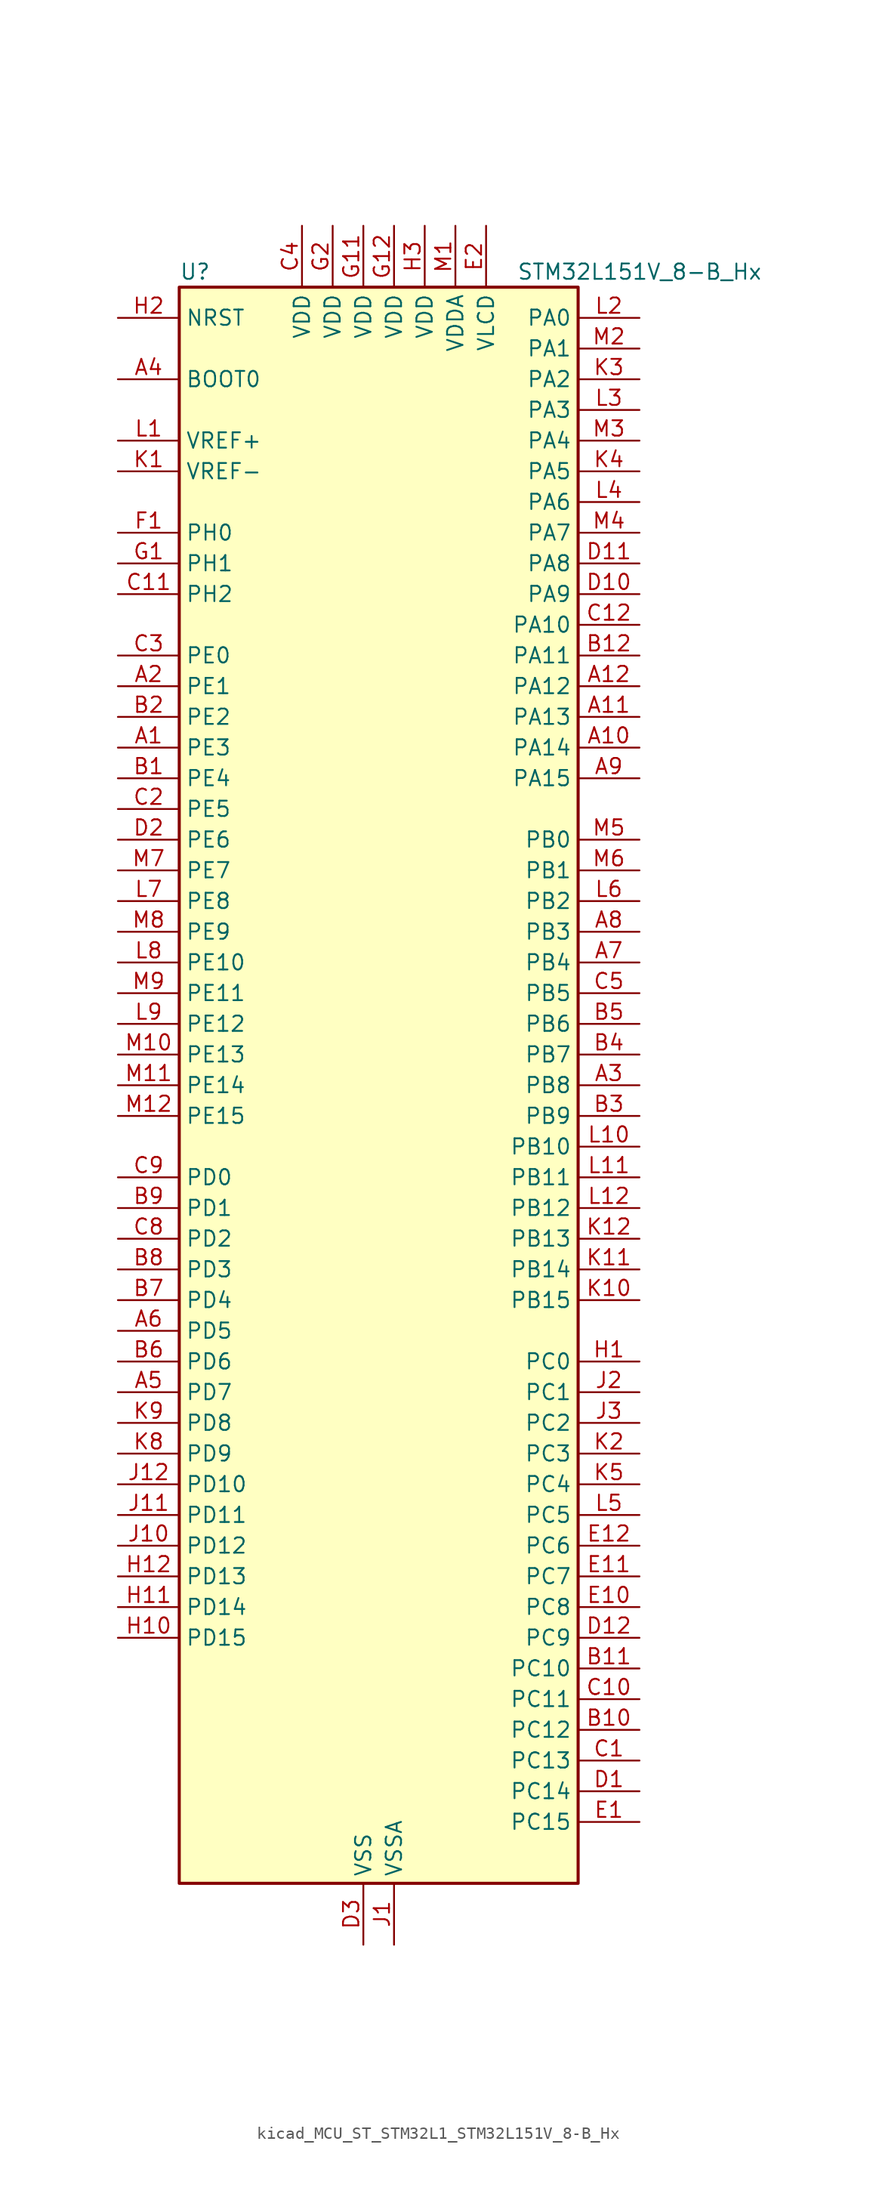
<source format=kicad_sym>
(kicad_symbol_lib
  (version 20220914)
  (generator kicad_symbol_editor)
  (symbol "kicad_MCU_ST_STM32L1_STM32L151V_8-B_Hx"
    (property "Reference" "U"
      (at -15.24 67.31 0)
      (effects (font (size 1.27 1.27)) (justify left)))
    (property "Value" "STM32L151V_8-B_Hx"
      (at 12.7 67.31 0)
      (effects (font (size 1.27 1.27)) (justify left)))
    (property "ki_locked" ""
      (at 0 0 0)
      (effects (font (size 1.27 1.27))))
    (symbol "kicad_MCU_ST_STM32L1_STM32L151V_8-B_Hx_0_1"
      (rectangle (start -15.24 -66.04) (end 17.78 66.04) (stroke (width 0.254) (type default)) (fill (type background))))
    (symbol "kicad_MCU_ST_STM32L1_STM32L151V_8-B_Hx_1_1"
      (pin bidirectional line (at -20.32 27.94 0) (length 5.08) (name "PE3" (effects (font (size 1.27 1.27)))) (number "A1" (effects (font (size 1.27 1.27)))) (alternate "SYS_TRACED0" bidirectional line) (alternate "TIM3_CH1" bidirectional line) (alternate "TIMX_IC4" bidirectional line))
      (pin bidirectional line (at 22.86 27.94 180) (length 5.08) (name "PA14" (effects (font (size 1.27 1.27)))) (number "A10" (effects (font (size 1.27 1.27)))) (alternate "SYS_JTCK-SWCLK" bidirectional line) (alternate "TIMX_IC3" bidirectional line) (alternate "TS_G5_IO2" bidirectional line))
      (pin bidirectional line (at 22.86 30.48 180) (length 5.08) (name "PA13" (effects (font (size 1.27 1.27)))) (number "A11" (effects (font (size 1.27 1.27)))) (alternate "SYS_JTMS-SWDIO" bidirectional line) (alternate "TIMX_IC2" bidirectional line) (alternate "TS_G5_IO1" bidirectional line))
      (pin bidirectional line (at 22.86 33.02 180) (length 5.08) (name "PA12" (effects (font (size 1.27 1.27)))) (number "A12" (effects (font (size 1.27 1.27)))) (alternate "SPI1_MOSI" bidirectional line) (alternate "TIMX_IC1" bidirectional line) (alternate "USART1_RTS" bidirectional line) (alternate "USB_DP" bidirectional line))
      (pin bidirectional line (at -20.32 33.02 0) (length 5.08) (name "PE1" (effects (font (size 1.27 1.27)))) (number "A2" (effects (font (size 1.27 1.27)))) (alternate "TIM11_CH1" bidirectional line) (alternate "TIMX_IC2" bidirectional line))
      (pin bidirectional line (at 22.86 0 180) (length 5.08) (name "PB8" (effects (font (size 1.27 1.27)))) (number "A3" (effects (font (size 1.27 1.27)))) (alternate "I2C1_SCL" bidirectional line) (alternate "TIM10_CH1" bidirectional line) (alternate "TIM4_CH3" bidirectional line))
      (pin input line (at -20.32 58.42 0) (length 5.08) (name "BOOT0" (effects (font (size 1.27 1.27)))) (number "A4" (effects (font (size 1.27 1.27)))))
      (pin bidirectional line (at -20.32 -25.4 0) (length 5.08) (name "PD7" (effects (font (size 1.27 1.27)))) (number "A5" (effects (font (size 1.27 1.27)))) (alternate "TIM9_CH2" bidirectional line) (alternate "TIMX_IC4" bidirectional line) (alternate "USART2_CK" bidirectional line))
      (pin bidirectional line (at -20.32 -20.32 0) (length 5.08) (name "PD5" (effects (font (size 1.27 1.27)))) (number "A6" (effects (font (size 1.27 1.27)))) (alternate "TIMX_IC2" bidirectional line) (alternate "USART2_TX" bidirectional line))
      (pin bidirectional line (at 22.86 10.16 180) (length 5.08) (name "PB4" (effects (font (size 1.27 1.27)))) (number "A7" (effects (font (size 1.27 1.27)))) (alternate "COMP2_INP" bidirectional line) (alternate "SPI1_MISO" bidirectional line) (alternate "SYS_JTRST" bidirectional line) (alternate "TIM3_CH1" bidirectional line) (alternate "TS_G6_IO1" bidirectional line))
      (pin bidirectional line (at 22.86 12.7 180) (length 5.08) (name "PB3" (effects (font (size 1.27 1.27)))) (number "A8" (effects (font (size 1.27 1.27)))) (alternate "COMP2_INM" bidirectional line) (alternate "SPI1_SCK" bidirectional line) (alternate "SYS_JTDO-TRACESWO" bidirectional line) (alternate "TIM2_CH2" bidirectional line))
      (pin bidirectional line (at 22.86 25.4 180) (length 5.08) (name "PA15" (effects (font (size 1.27 1.27)))) (number "A9" (effects (font (size 1.27 1.27)))) (alternate "ADC_EXTI15" bidirectional line) (alternate "SPI1_NSS" bidirectional line) (alternate "SYS_JTDI" bidirectional line) (alternate "TIM2_CH1" bidirectional line) (alternate "TIM2_ETR" bidirectional line) (alternate "TIMX_IC4" bidirectional line) (alternate "TS_G5_IO3" bidirectional line))
      (pin bidirectional line (at -20.32 25.4 0) (length 5.08) (name "PE4" (effects (font (size 1.27 1.27)))) (number "B1" (effects (font (size 1.27 1.27)))) (alternate "SYS_TRACED1" bidirectional line) (alternate "TIM3_CH2" bidirectional line) (alternate "TIMX_IC1" bidirectional line))
      (pin bidirectional line (at 22.86 -53.34 180) (length 5.08) (name "PC12" (effects (font (size 1.27 1.27)))) (number "B10" (effects (font (size 1.27 1.27)))) (alternate "TIMX_IC1" bidirectional line) (alternate "USART3_CK" bidirectional line))
      (pin bidirectional line (at 22.86 -48.26 180) (length 5.08) (name "PC10" (effects (font (size 1.27 1.27)))) (number "B11" (effects (font (size 1.27 1.27)))) (alternate "TIMX_IC3" bidirectional line) (alternate "USART3_TX" bidirectional line))
      (pin bidirectional line (at 22.86 35.56 180) (length 5.08) (name "PA11" (effects (font (size 1.27 1.27)))) (number "B12" (effects (font (size 1.27 1.27)))) (alternate "ADC_EXTI11" bidirectional line) (alternate "SPI1_MISO" bidirectional line) (alternate "TIMX_IC4" bidirectional line) (alternate "USART1_CTS" bidirectional line) (alternate "USB_DM" bidirectional line))
      (pin bidirectional line (at -20.32 30.48 0) (length 5.08) (name "PE2" (effects (font (size 1.27 1.27)))) (number "B2" (effects (font (size 1.27 1.27)))) (alternate "SYS_TRACECK" bidirectional line) (alternate "TIM3_ETR" bidirectional line) (alternate "TIMX_IC3" bidirectional line))
      (pin bidirectional line (at 22.86 -2.54 180) (length 5.08) (name "PB9" (effects (font (size 1.27 1.27)))) (number "B3" (effects (font (size 1.27 1.27)))) (alternate "DAC_EXTI9" bidirectional line) (alternate "I2C1_SDA" bidirectional line) (alternate "TIM11_CH1" bidirectional line) (alternate "TIM4_CH4" bidirectional line))
      (pin bidirectional line (at 22.86 2.54 180) (length 5.08) (name "PB7" (effects (font (size 1.27 1.27)))) (number "B4" (effects (font (size 1.27 1.27)))) (alternate "I2C1_SDA" bidirectional line) (alternate "SYS_PVD_IN" bidirectional line) (alternate "TIM4_CH2" bidirectional line) (alternate "USART1_RX" bidirectional line))
      (pin bidirectional line (at 22.86 5.08 180) (length 5.08) (name "PB6" (effects (font (size 1.27 1.27)))) (number "B5" (effects (font (size 1.27 1.27)))) (alternate "I2C1_SCL" bidirectional line) (alternate "TIM4_CH1" bidirectional line) (alternate "USART1_TX" bidirectional line))
      (pin bidirectional line (at -20.32 -22.86 0) (length 5.08) (name "PD6" (effects (font (size 1.27 1.27)))) (number "B6" (effects (font (size 1.27 1.27)))) (alternate "TIMX_IC3" bidirectional line) (alternate "USART2_RX" bidirectional line))
      (pin bidirectional line (at -20.32 -17.78 0) (length 5.08) (name "PD4" (effects (font (size 1.27 1.27)))) (number "B7" (effects (font (size 1.27 1.27)))) (alternate "SPI2_MOSI" bidirectional line) (alternate "TIMX_IC1" bidirectional line) (alternate "USART2_RTS" bidirectional line))
      (pin bidirectional line (at -20.32 -15.24 0) (length 5.08) (name "PD3" (effects (font (size 1.27 1.27)))) (number "B8" (effects (font (size 1.27 1.27)))) (alternate "SPI2_MISO" bidirectional line) (alternate "TIMX_IC4" bidirectional line) (alternate "USART2_CTS" bidirectional line))
      (pin bidirectional line (at -20.32 -10.16 0) (length 5.08) (name "PD1" (effects (font (size 1.27 1.27)))) (number "B9" (effects (font (size 1.27 1.27)))) (alternate "SPI2_SCK" bidirectional line) (alternate "TIMX_IC2" bidirectional line))
      (pin bidirectional line (at 22.86 -55.88 180) (length 5.08) (name "PC13" (effects (font (size 1.27 1.27)))) (number "C1" (effects (font (size 1.27 1.27)))) (alternate "RTC_OUT_ALARM" bidirectional line) (alternate "RTC_OUT_CALIB" bidirectional line) (alternate "RTC_TAMP1" bidirectional line) (alternate "RTC_TS" bidirectional line) (alternate "SYS_WKUP2" bidirectional line) (alternate "TIMX_IC2" bidirectional line))
      (pin bidirectional line (at 22.86 -50.8 180) (length 5.08) (name "PC11" (effects (font (size 1.27 1.27)))) (number "C10" (effects (font (size 1.27 1.27)))) (alternate "ADC_EXTI11" bidirectional line) (alternate "TIMX_IC4" bidirectional line) (alternate "USART3_RX" bidirectional line))
      (pin bidirectional line (at -20.32 40.64 0) (length 5.08) (name "PH2" (effects (font (size 1.27 1.27)))) (number "C11" (effects (font (size 1.27 1.27)))))
      (pin bidirectional line (at 22.86 38.1 180) (length 5.08) (name "PA10" (effects (font (size 1.27 1.27)))) (number "C12" (effects (font (size 1.27 1.27)))) (alternate "TIMX_IC3" bidirectional line) (alternate "TS_G4_IO3" bidirectional line) (alternate "USART1_RX" bidirectional line))
      (pin bidirectional line (at -20.32 22.86 0) (length 5.08) (name "PE5" (effects (font (size 1.27 1.27)))) (number "C2" (effects (font (size 1.27 1.27)))) (alternate "SYS_TRACED2" bidirectional line) (alternate "TIM9_CH1" bidirectional line) (alternate "TIMX_IC2" bidirectional line))
      (pin bidirectional line (at -20.32 35.56 0) (length 5.08) (name "PE0" (effects (font (size 1.27 1.27)))) (number "C3" (effects (font (size 1.27 1.27)))) (alternate "TIM10_CH1" bidirectional line) (alternate "TIM4_ETR" bidirectional line) (alternate "TIMX_IC1" bidirectional line))
      (pin power_in line (at -5.08 71.12 270) (length 5.08) (name "VDD" (effects (font (size 1.27 1.27)))) (number "C4" (effects (font (size 1.27 1.27)))))
      (pin bidirectional line (at 22.86 7.62 180) (length 5.08) (name "PB5" (effects (font (size 1.27 1.27)))) (number "C5" (effects (font (size 1.27 1.27)))) (alternate "COMP2_INP" bidirectional line) (alternate "I2C1_SMBA" bidirectional line) (alternate "SPI1_MOSI" bidirectional line) (alternate "TIM3_CH2" bidirectional line) (alternate "TS_G6_IO2" bidirectional line))
      (pin bidirectional line (at -20.32 -12.7 0) (length 5.08) (name "PD2" (effects (font (size 1.27 1.27)))) (number "C8" (effects (font (size 1.27 1.27)))) (alternate "TIM3_ETR" bidirectional line) (alternate "TIMX_IC3" bidirectional line))
      (pin bidirectional line (at -20.32 -7.62 0) (length 5.08) (name "PD0" (effects (font (size 1.27 1.27)))) (number "C9" (effects (font (size 1.27 1.27)))) (alternate "SPI2_NSS" bidirectional line) (alternate "TIM9_CH1" bidirectional line) (alternate "TIMX_IC1" bidirectional line))
      (pin bidirectional line (at 22.86 -58.42 180) (length 5.08) (name "PC14" (effects (font (size 1.27 1.27)))) (number "D1" (effects (font (size 1.27 1.27)))) (alternate "RCC_OSC32_IN" bidirectional line) (alternate "TIMX_IC3" bidirectional line))
      (pin bidirectional line (at 22.86 40.64 180) (length 5.08) (name "PA9" (effects (font (size 1.27 1.27)))) (number "D10" (effects (font (size 1.27 1.27)))) (alternate "DAC_EXTI9" bidirectional line) (alternate "TIMX_IC2" bidirectional line) (alternate "TS_G4_IO2" bidirectional line) (alternate "USART1_TX" bidirectional line))
      (pin bidirectional line (at 22.86 43.18 180) (length 5.08) (name "PA8" (effects (font (size 1.27 1.27)))) (number "D11" (effects (font (size 1.27 1.27)))) (alternate "RCC_MCO" bidirectional line) (alternate "TIMX_IC1" bidirectional line) (alternate "TS_G4_IO1" bidirectional line) (alternate "USART1_CK" bidirectional line))
      (pin bidirectional line (at 22.86 -45.72 180) (length 5.08) (name "PC9" (effects (font (size 1.27 1.27)))) (number "D12" (effects (font (size 1.27 1.27)))) (alternate "DAC_EXTI9" bidirectional line) (alternate "TIM3_CH4" bidirectional line) (alternate "TIMX_IC2" bidirectional line) (alternate "TS_G10_IO4" bidirectional line))
      (pin bidirectional line (at -20.32 20.32 0) (length 5.08) (name "PE6" (effects (font (size 1.27 1.27)))) (number "D2" (effects (font (size 1.27 1.27)))) (alternate "SYS_TRACED3" bidirectional line) (alternate "SYS_WKUP3" bidirectional line) (alternate "TIM9_CH2" bidirectional line) (alternate "TIMX_IC3" bidirectional line))
      (pin power_in line (at 0 -71.12 90) (length 5.08) (name "VSS" (effects (font (size 1.27 1.27)))) (number "D3" (effects (font (size 1.27 1.27)))))
      (pin bidirectional line (at 22.86 -60.96 180) (length 5.08) (name "PC15" (effects (font (size 1.27 1.27)))) (number "E1" (effects (font (size 1.27 1.27)))) (alternate "ADC_EXTI15" bidirectional line) (alternate "RCC_OSC32_OUT" bidirectional line) (alternate "TIMX_IC4" bidirectional line))
      (pin bidirectional line (at 22.86 -43.18 180) (length 5.08) (name "PC8" (effects (font (size 1.27 1.27)))) (number "E10" (effects (font (size 1.27 1.27)))) (alternate "TIM3_CH3" bidirectional line) (alternate "TIMX_IC1" bidirectional line) (alternate "TS_G10_IO3" bidirectional line))
      (pin bidirectional line (at 22.86 -40.64 180) (length 5.08) (name "PC7" (effects (font (size 1.27 1.27)))) (number "E11" (effects (font (size 1.27 1.27)))) (alternate "TIM3_CH2" bidirectional line) (alternate "TIMX_IC4" bidirectional line) (alternate "TS_G10_IO2" bidirectional line))
      (pin bidirectional line (at 22.86 -38.1 180) (length 5.08) (name "PC6" (effects (font (size 1.27 1.27)))) (number "E12" (effects (font (size 1.27 1.27)))) (alternate "TIM3_CH1" bidirectional line) (alternate "TIMX_IC3" bidirectional line) (alternate "TS_G10_IO1" bidirectional line))
      (pin power_in line (at 10.16 71.12 270) (length 5.08) (name "VLCD" (effects (font (size 1.27 1.27)))) (number "E2" (effects (font (size 1.27 1.27)))))
      (pin passive line (at 0 -71.12 90) (length 5.08) hide (name "VSS" (effects (font (size 1.27 1.27)))) (number "E3" (effects (font (size 1.27 1.27)))))
      (pin bidirectional line (at -20.32 45.72 0) (length 5.08) (name "PH0" (effects (font (size 1.27 1.27)))) (number "F1" (effects (font (size 1.27 1.27)))) (alternate "RCC_OSC_IN" bidirectional line))
      (pin passive line (at 0 -71.12 90) (length 5.08) hide (name "VSS" (effects (font (size 1.27 1.27)))) (number "F11" (effects (font (size 1.27 1.27)))))
      (pin passive line (at 0 -71.12 90) (length 5.08) hide (name "VSS" (effects (font (size 1.27 1.27)))) (number "F12" (effects (font (size 1.27 1.27)))))
      (pin passive line (at 0 -71.12 90) (length 5.08) hide (name "VSS" (effects (font (size 1.27 1.27)))) (number "F2" (effects (font (size 1.27 1.27)))))
      (pin bidirectional line (at -20.32 43.18 0) (length 5.08) (name "PH1" (effects (font (size 1.27 1.27)))) (number "G1" (effects (font (size 1.27 1.27)))) (alternate "RCC_OSC_OUT" bidirectional line))
      (pin power_in line (at 0 71.12 270) (length 5.08) (name "VDD" (effects (font (size 1.27 1.27)))) (number "G11" (effects (font (size 1.27 1.27)))))
      (pin power_in line (at 2.54 71.12 270) (length 5.08) (name "VDD" (effects (font (size 1.27 1.27)))) (number "G12" (effects (font (size 1.27 1.27)))))
      (pin power_in line (at -2.54 71.12 270) (length 5.08) (name "VDD" (effects (font (size 1.27 1.27)))) (number "G2" (effects (font (size 1.27 1.27)))))
      (pin bidirectional line (at 22.86 -22.86 180) (length 5.08) (name "PC0" (effects (font (size 1.27 1.27)))) (number "H1" (effects (font (size 1.27 1.27)))) (alternate "ADC_IN10" bidirectional line) (alternate "COMP1_INP" bidirectional line) (alternate "TIMX_IC1" bidirectional line) (alternate "TS_G8_IO1" bidirectional line))
      (pin bidirectional line (at -20.32 -45.72 0) (length 5.08) (name "PD15" (effects (font (size 1.27 1.27)))) (number "H10" (effects (font (size 1.27 1.27)))) (alternate "ADC_EXTI15" bidirectional line) (alternate "TIM4_CH4" bidirectional line) (alternate "TIMX_IC4" bidirectional line))
      (pin bidirectional line (at -20.32 -43.18 0) (length 5.08) (name "PD14" (effects (font (size 1.27 1.27)))) (number "H11" (effects (font (size 1.27 1.27)))) (alternate "TIM4_CH3" bidirectional line) (alternate "TIMX_IC3" bidirectional line))
      (pin bidirectional line (at -20.32 -40.64 0) (length 5.08) (name "PD13" (effects (font (size 1.27 1.27)))) (number "H12" (effects (font (size 1.27 1.27)))) (alternate "TIM4_CH2" bidirectional line) (alternate "TIMX_IC2" bidirectional line))
      (pin input line (at -20.32 63.5 0) (length 5.08) (name "NRST" (effects (font (size 1.27 1.27)))) (number "H2" (effects (font (size 1.27 1.27)))))
      (pin power_in line (at 5.08 71.12 270) (length 5.08) (name "VDD" (effects (font (size 1.27 1.27)))) (number "H3" (effects (font (size 1.27 1.27)))))
      (pin power_in line (at 2.54 -71.12 90) (length 5.08) (name "VSSA" (effects (font (size 1.27 1.27)))) (number "J1" (effects (font (size 1.27 1.27)))))
      (pin bidirectional line (at -20.32 -38.1 0) (length 5.08) (name "PD12" (effects (font (size 1.27 1.27)))) (number "J10" (effects (font (size 1.27 1.27)))) (alternate "TIM4_CH1" bidirectional line) (alternate "TIMX_IC1" bidirectional line) (alternate "USART3_RTS" bidirectional line))
      (pin bidirectional line (at -20.32 -35.56 0) (length 5.08) (name "PD11" (effects (font (size 1.27 1.27)))) (number "J11" (effects (font (size 1.27 1.27)))) (alternate "ADC_EXTI11" bidirectional line) (alternate "TIMX_IC4" bidirectional line) (alternate "USART3_CTS" bidirectional line))
      (pin bidirectional line (at -20.32 -33.02 0) (length 5.08) (name "PD10" (effects (font (size 1.27 1.27)))) (number "J12" (effects (font (size 1.27 1.27)))) (alternate "TIMX_IC3" bidirectional line) (alternate "USART3_CK" bidirectional line))
      (pin bidirectional line (at 22.86 -25.4 180) (length 5.08) (name "PC1" (effects (font (size 1.27 1.27)))) (number "J2" (effects (font (size 1.27 1.27)))) (alternate "ADC_IN11" bidirectional line) (alternate "COMP1_INP" bidirectional line) (alternate "TIMX_IC2" bidirectional line) (alternate "TS_G8_IO2" bidirectional line))
      (pin bidirectional line (at 22.86 -27.94 180) (length 5.08) (name "PC2" (effects (font (size 1.27 1.27)))) (number "J3" (effects (font (size 1.27 1.27)))) (alternate "ADC_IN12" bidirectional line) (alternate "COMP1_INP" bidirectional line) (alternate "TIMX_IC3" bidirectional line) (alternate "TS_G8_IO3" bidirectional line))
      (pin input line (at -20.32 50.8 0) (length 5.08) (name "VREF-" (effects (font (size 1.27 1.27)))) (number "K1" (effects (font (size 1.27 1.27)))))
      (pin bidirectional line (at 22.86 -17.78 180) (length 5.08) (name "PB15" (effects (font (size 1.27 1.27)))) (number "K10" (effects (font (size 1.27 1.27)))) (alternate "ADC_EXTI15" bidirectional line) (alternate "ADC_IN21" bidirectional line) (alternate "COMP1_INP" bidirectional line) (alternate "RTC_REFIN" bidirectional line) (alternate "SPI2_MOSI" bidirectional line) (alternate "TIM11_CH1" bidirectional line) (alternate "TS_G7_IO4" bidirectional line))
      (pin bidirectional line (at 22.86 -15.24 180) (length 5.08) (name "PB14" (effects (font (size 1.27 1.27)))) (number "K11" (effects (font (size 1.27 1.27)))) (alternate "ADC_IN20" bidirectional line) (alternate "COMP1_INP" bidirectional line) (alternate "SPI2_MISO" bidirectional line) (alternate "TIM9_CH2" bidirectional line) (alternate "TS_G7_IO3" bidirectional line) (alternate "USART3_RTS" bidirectional line))
      (pin bidirectional line (at 22.86 -12.7 180) (length 5.08) (name "PB13" (effects (font (size 1.27 1.27)))) (number "K12" (effects (font (size 1.27 1.27)))) (alternate "ADC_IN19" bidirectional line) (alternate "COMP1_INP" bidirectional line) (alternate "SPI2_SCK" bidirectional line) (alternate "TIM9_CH1" bidirectional line) (alternate "TS_G7_IO2" bidirectional line) (alternate "USART3_CTS" bidirectional line))
      (pin bidirectional line (at 22.86 -30.48 180) (length 5.08) (name "PC3" (effects (font (size 1.27 1.27)))) (number "K2" (effects (font (size 1.27 1.27)))) (alternate "ADC_IN13" bidirectional line) (alternate "COMP1_INP" bidirectional line) (alternate "TIMX_IC4" bidirectional line) (alternate "TS_G8_IO4" bidirectional line))
      (pin bidirectional line (at 22.86 58.42 180) (length 5.08) (name "PA2" (effects (font (size 1.27 1.27)))) (number "K3" (effects (font (size 1.27 1.27)))) (alternate "ADC_IN2" bidirectional line) (alternate "COMP1_INP" bidirectional line) (alternate "TIM2_CH3" bidirectional line) (alternate "TIM9_CH1" bidirectional line) (alternate "TIMX_IC3" bidirectional line) (alternate "TS_G1_IO3" bidirectional line) (alternate "USART2_TX" bidirectional line))
      (pin bidirectional line (at 22.86 50.8 180) (length 5.08) (name "PA5" (effects (font (size 1.27 1.27)))) (number "K4" (effects (font (size 1.27 1.27)))) (alternate "ADC_IN5" bidirectional line) (alternate "COMP1_INP" bidirectional line) (alternate "DAC_OUT2" bidirectional line) (alternate "SPI1_SCK" bidirectional line) (alternate "TIM2_CH1" bidirectional line) (alternate "TIM2_ETR" bidirectional line) (alternate "TIMX_IC2" bidirectional line))
      (pin bidirectional line (at 22.86 -33.02 180) (length 5.08) (name "PC4" (effects (font (size 1.27 1.27)))) (number "K5" (effects (font (size 1.27 1.27)))) (alternate "ADC_IN14" bidirectional line) (alternate "COMP1_INP" bidirectional line) (alternate "TIMX_IC1" bidirectional line) (alternate "TS_G9_IO1" bidirectional line))
      (pin bidirectional line (at -20.32 -30.48 0) (length 5.08) (name "PD9" (effects (font (size 1.27 1.27)))) (number "K8" (effects (font (size 1.27 1.27)))) (alternate "DAC_EXTI9" bidirectional line) (alternate "TIMX_IC2" bidirectional line) (alternate "USART3_RX" bidirectional line))
      (pin bidirectional line (at -20.32 -27.94 0) (length 5.08) (name "PD8" (effects (font (size 1.27 1.27)))) (number "K9" (effects (font (size 1.27 1.27)))) (alternate "TIMX_IC1" bidirectional line) (alternate "USART3_TX" bidirectional line))
      (pin input line (at -20.32 53.34 0) (length 5.08) (name "VREF+" (effects (font (size 1.27 1.27)))) (number "L1" (effects (font (size 1.27 1.27)))))
      (pin bidirectional line (at 22.86 -5.08 180) (length 5.08) (name "PB10" (effects (font (size 1.27 1.27)))) (number "L10" (effects (font (size 1.27 1.27)))) (alternate "I2C2_SCL" bidirectional line) (alternate "TIM2_CH3" bidirectional line) (alternate "USART3_TX" bidirectional line))
      (pin bidirectional line (at 22.86 -7.62 180) (length 5.08) (name "PB11" (effects (font (size 1.27 1.27)))) (number "L11" (effects (font (size 1.27 1.27)))) (alternate "ADC_EXTI11" bidirectional line) (alternate "I2C2_SDA" bidirectional line) (alternate "TIM2_CH4" bidirectional line) (alternate "USART3_RX" bidirectional line))
      (pin bidirectional line (at 22.86 -10.16 180) (length 5.08) (name "PB12" (effects (font (size 1.27 1.27)))) (number "L12" (effects (font (size 1.27 1.27)))) (alternate "ADC_IN18" bidirectional line) (alternate "COMP1_INP" bidirectional line) (alternate "I2C2_SMBA" bidirectional line) (alternate "SPI2_NSS" bidirectional line) (alternate "TIM10_CH1" bidirectional line) (alternate "TS_G7_IO1" bidirectional line) (alternate "USART3_CK" bidirectional line))
      (pin bidirectional line (at 22.86 63.5 180) (length 5.08) (name "PA0" (effects (font (size 1.27 1.27)))) (number "L2" (effects (font (size 1.27 1.27)))) (alternate "ADC_IN0" bidirectional line) (alternate "COMP1_INP" bidirectional line) (alternate "SYS_WKUP1" bidirectional line) (alternate "TIM2_CH1" bidirectional line) (alternate "TIM2_ETR" bidirectional line) (alternate "TIMX_IC1" bidirectional line) (alternate "TS_G1_IO1" bidirectional line) (alternate "USART2_CTS" bidirectional line))
      (pin bidirectional line (at 22.86 55.88 180) (length 5.08) (name "PA3" (effects (font (size 1.27 1.27)))) (number "L3" (effects (font (size 1.27 1.27)))) (alternate "ADC_IN3" bidirectional line) (alternate "COMP1_INP" bidirectional line) (alternate "TIM2_CH4" bidirectional line) (alternate "TIM9_CH2" bidirectional line) (alternate "TIMX_IC4" bidirectional line) (alternate "TS_G1_IO4" bidirectional line) (alternate "USART2_RX" bidirectional line))
      (pin bidirectional line (at 22.86 48.26 180) (length 5.08) (name "PA6" (effects (font (size 1.27 1.27)))) (number "L4" (effects (font (size 1.27 1.27)))) (alternate "ADC_IN6" bidirectional line) (alternate "COMP1_INP" bidirectional line) (alternate "SPI1_MISO" bidirectional line) (alternate "TIM10_CH1" bidirectional line) (alternate "TIM3_CH1" bidirectional line) (alternate "TIMX_IC3" bidirectional line) (alternate "TS_G2_IO1" bidirectional line))
      (pin bidirectional line (at 22.86 -35.56 180) (length 5.08) (name "PC5" (effects (font (size 1.27 1.27)))) (number "L5" (effects (font (size 1.27 1.27)))) (alternate "ADC_IN15" bidirectional line) (alternate "COMP1_INP" bidirectional line) (alternate "TIMX_IC2" bidirectional line) (alternate "TS_G9_IO2" bidirectional line))
      (pin bidirectional line (at 22.86 15.24 180) (length 5.08) (name "PB2" (effects (font (size 1.27 1.27)))) (number "L6" (effects (font (size 1.27 1.27)))))
      (pin bidirectional line (at -20.32 15.24 0) (length 5.08) (name "PE8" (effects (font (size 1.27 1.27)))) (number "L7" (effects (font (size 1.27 1.27)))) (alternate "ADC_IN23" bidirectional line) (alternate "COMP1_INP" bidirectional line) (alternate "TIMX_IC1" bidirectional line))
      (pin bidirectional line (at -20.32 10.16 0) (length 5.08) (name "PE10" (effects (font (size 1.27 1.27)))) (number "L8" (effects (font (size 1.27 1.27)))) (alternate "ADC_IN25" bidirectional line) (alternate "COMP1_INP" bidirectional line) (alternate "TIM2_CH2" bidirectional line) (alternate "TIMX_IC3" bidirectional line))
      (pin bidirectional line (at -20.32 5.08 0) (length 5.08) (name "PE12" (effects (font (size 1.27 1.27)))) (number "L9" (effects (font (size 1.27 1.27)))) (alternate "SPI1_NSS" bidirectional line) (alternate "TIM2_CH4" bidirectional line) (alternate "TIMX_IC1" bidirectional line))
      (pin power_in line (at 7.62 71.12 270) (length 5.08) (name "VDDA" (effects (font (size 1.27 1.27)))) (number "M1" (effects (font (size 1.27 1.27)))))
      (pin bidirectional line (at -20.32 2.54 0) (length 5.08) (name "PE13" (effects (font (size 1.27 1.27)))) (number "M10" (effects (font (size 1.27 1.27)))) (alternate "SPI1_SCK" bidirectional line) (alternate "TIMX_IC2" bidirectional line))
      (pin bidirectional line (at -20.32 0 0) (length 5.08) (name "PE14" (effects (font (size 1.27 1.27)))) (number "M11" (effects (font (size 1.27 1.27)))) (alternate "SPI1_MISO" bidirectional line) (alternate "TIMX_IC3" bidirectional line))
      (pin bidirectional line (at -20.32 -2.54 0) (length 5.08) (name "PE15" (effects (font (size 1.27 1.27)))) (number "M12" (effects (font (size 1.27 1.27)))) (alternate "ADC_EXTI15" bidirectional line) (alternate "SPI1_MOSI" bidirectional line) (alternate "TIMX_IC4" bidirectional line))
      (pin bidirectional line (at 22.86 60.96 180) (length 5.08) (name "PA1" (effects (font (size 1.27 1.27)))) (number "M2" (effects (font (size 1.27 1.27)))) (alternate "ADC_IN1" bidirectional line) (alternate "COMP1_INP" bidirectional line) (alternate "TIM2_CH2" bidirectional line) (alternate "TIMX_IC2" bidirectional line) (alternate "TS_G1_IO2" bidirectional line) (alternate "USART2_RTS" bidirectional line))
      (pin bidirectional line (at 22.86 53.34 180) (length 5.08) (name "PA4" (effects (font (size 1.27 1.27)))) (number "M3" (effects (font (size 1.27 1.27)))) (alternate "ADC_IN4" bidirectional line) (alternate "COMP1_INP" bidirectional line) (alternate "DAC_OUT1" bidirectional line) (alternate "SPI1_NSS" bidirectional line) (alternate "TIMX_IC1" bidirectional line) (alternate "USART2_CK" bidirectional line))
      (pin bidirectional line (at 22.86 45.72 180) (length 5.08) (name "PA7" (effects (font (size 1.27 1.27)))) (number "M4" (effects (font (size 1.27 1.27)))) (alternate "ADC_IN7" bidirectional line) (alternate "COMP1_INP" bidirectional line) (alternate "SPI1_MOSI" bidirectional line) (alternate "TIM11_CH1" bidirectional line) (alternate "TIM3_CH2" bidirectional line) (alternate "TIMX_IC4" bidirectional line) (alternate "TS_G2_IO2" bidirectional line))
      (pin bidirectional line (at 22.86 20.32 180) (length 5.08) (name "PB0" (effects (font (size 1.27 1.27)))) (number "M5" (effects (font (size 1.27 1.27)))) (alternate "ADC_IN8" bidirectional line) (alternate "COMP1_INP" bidirectional line) (alternate "SYS_V_REF_OUT" bidirectional line) (alternate "TIM3_CH3" bidirectional line) (alternate "TS_G3_IO1" bidirectional line))
      (pin bidirectional line (at 22.86 17.78 180) (length 5.08) (name "PB1" (effects (font (size 1.27 1.27)))) (number "M6" (effects (font (size 1.27 1.27)))) (alternate "ADC_IN9" bidirectional line) (alternate "COMP1_INP" bidirectional line) (alternate "SYS_V_REF_OUT" bidirectional line) (alternate "TIM3_CH4" bidirectional line) (alternate "TS_G3_IO2" bidirectional line))
      (pin bidirectional line (at -20.32 17.78 0) (length 5.08) (name "PE7" (effects (font (size 1.27 1.27)))) (number "M7" (effects (font (size 1.27 1.27)))) (alternate "ADC_IN22" bidirectional line) (alternate "COMP1_INP" bidirectional line) (alternate "TIMX_IC4" bidirectional line))
      (pin bidirectional line (at -20.32 12.7 0) (length 5.08) (name "PE9" (effects (font (size 1.27 1.27)))) (number "M8" (effects (font (size 1.27 1.27)))) (alternate "ADC_IN24" bidirectional line) (alternate "COMP1_INP" bidirectional line) (alternate "DAC_EXTI9" bidirectional line) (alternate "TIM2_CH1" bidirectional line) (alternate "TIM2_ETR" bidirectional line) (alternate "TIMX_IC2" bidirectional line))
      (pin bidirectional line (at -20.32 7.62 0) (length 5.08) (name "PE11" (effects (font (size 1.27 1.27)))) (number "M9" (effects (font (size 1.27 1.27)))) (alternate "ADC_EXTI11" bidirectional line) (alternate "TIM2_CH3" bidirectional line) (alternate "TIMX_IC4" bidirectional line)))))
</source>
